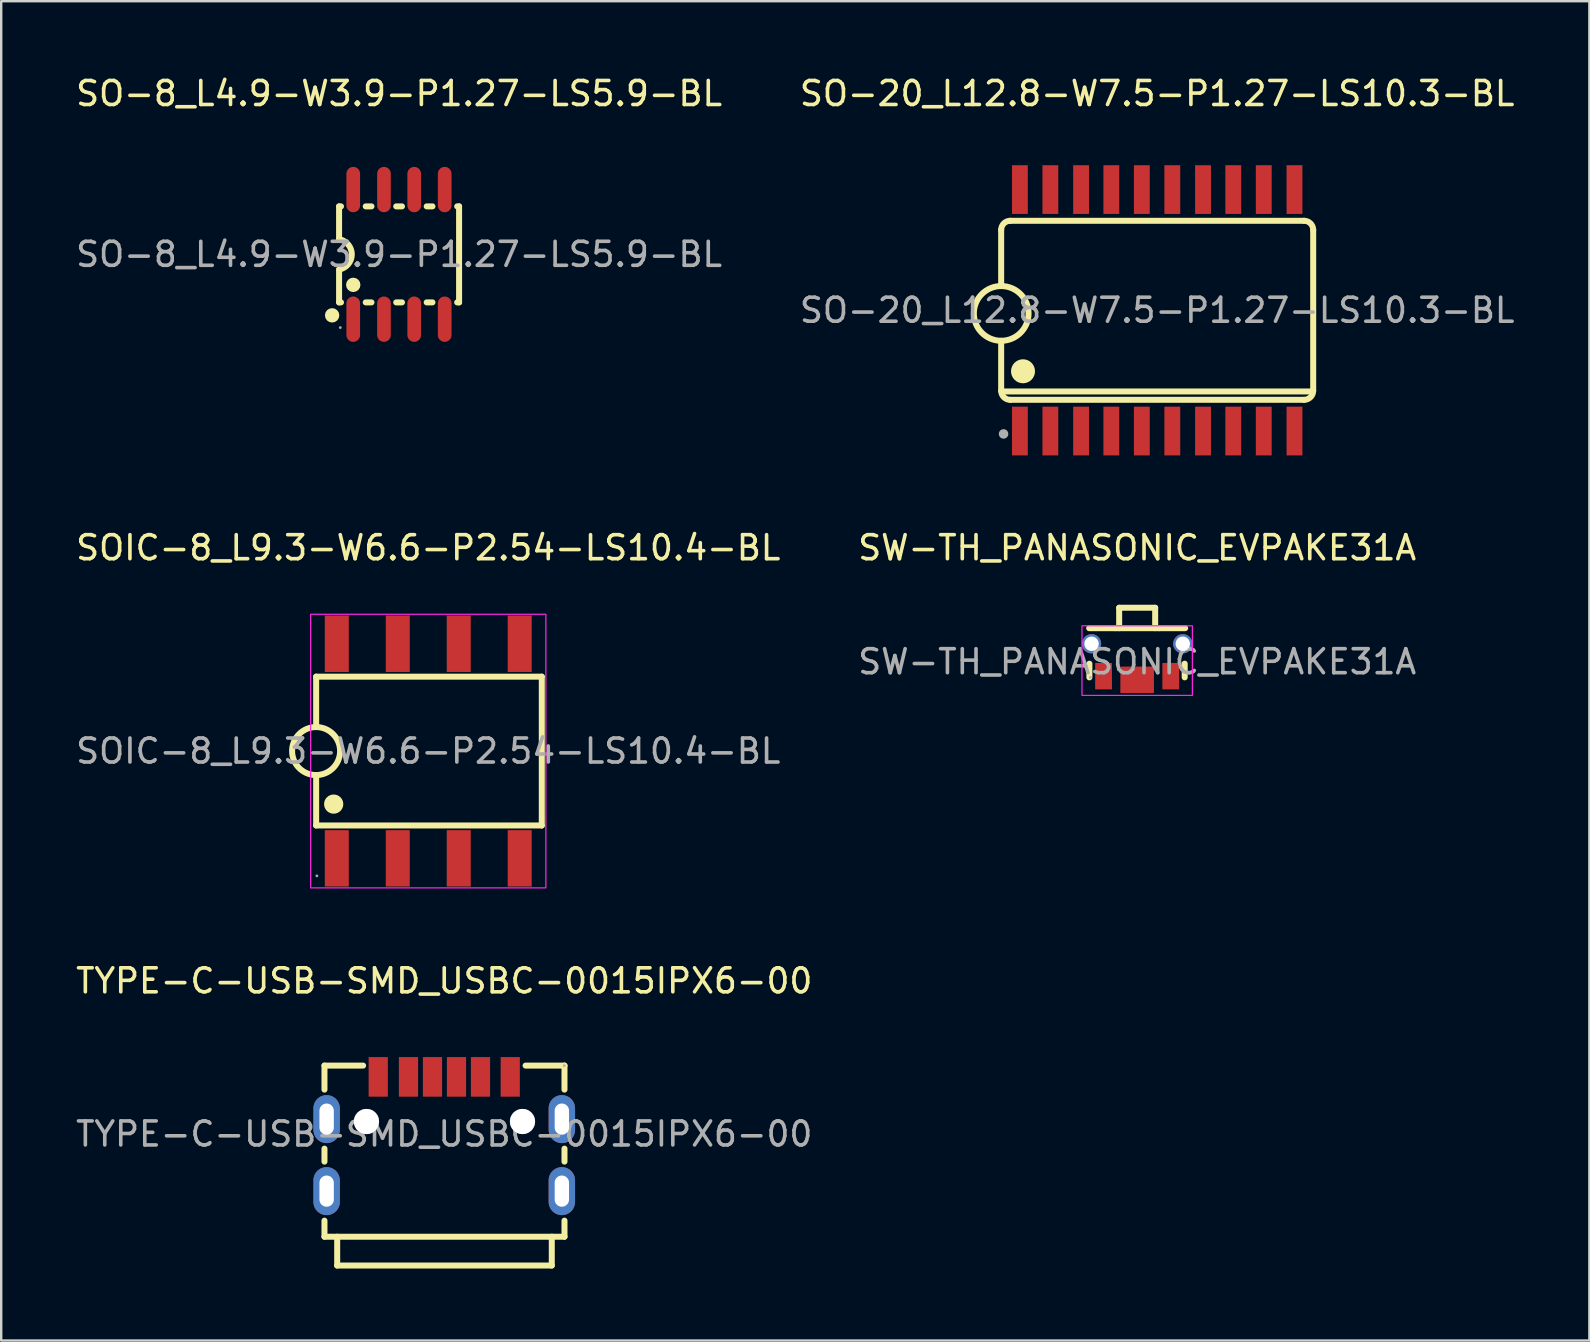
<source format=kicad_pcb>
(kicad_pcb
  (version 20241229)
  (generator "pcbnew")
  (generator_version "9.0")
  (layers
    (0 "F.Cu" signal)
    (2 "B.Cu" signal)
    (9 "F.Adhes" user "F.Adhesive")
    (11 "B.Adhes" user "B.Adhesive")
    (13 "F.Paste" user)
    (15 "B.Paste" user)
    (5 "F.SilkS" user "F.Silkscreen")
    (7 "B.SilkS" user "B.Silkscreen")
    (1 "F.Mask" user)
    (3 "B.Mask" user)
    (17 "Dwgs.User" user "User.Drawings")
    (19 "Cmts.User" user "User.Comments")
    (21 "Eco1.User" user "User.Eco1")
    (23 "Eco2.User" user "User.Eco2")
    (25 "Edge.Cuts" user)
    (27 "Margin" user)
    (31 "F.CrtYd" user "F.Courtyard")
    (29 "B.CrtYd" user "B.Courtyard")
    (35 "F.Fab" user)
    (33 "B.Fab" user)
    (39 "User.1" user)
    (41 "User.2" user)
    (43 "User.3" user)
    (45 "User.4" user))
  (footprint "SO-8_L4.9-W3.9-P1.27-LS5.9-BL"
    (layer "F.Cu")
    (at 13.577 7.548)
    (property "Reference" "SO-8_L4.9-W3.9-P1.27-LS5.9-BL" (at 0 -6.7 0) (layer "F.SilkS") (effects (font (size 1 1) (thickness 0.15))))
    (attr smd)
    (fp_line (start -2.5 -2) (end -2.5 -0.63) (stroke (width 0.25) (type solid)) (layer "F.SilkS"))
    (fp_line (start -2.5 -2) (end -2.42 -2) (stroke (width 0.25) (type solid)) (layer "F.SilkS"))
    (fp_line (start -2.5 2) (end -2.5 0.63) (stroke (width 0.25) (type solid)) (layer "F.SilkS"))
    (fp_line (start -2.5 2) (end -2.42 2) (stroke (width 0.25) (type solid)) (layer "F.SilkS"))
    (fp_line (start -1.39 -2) (end -1.15 -2) (stroke (width 0.25) (type solid)) (layer "F.SilkS"))
    (fp_line (start -1.39 2) (end -1.15 2) (stroke (width 0.25) (type solid)) (layer "F.SilkS"))
    (fp_line (start -0.12 -2) (end 0.12 -2) (stroke (width 0.25) (type solid)) (layer "F.SilkS"))
    (fp_line (start -0.12 2) (end 0.12 2) (stroke (width 0.25) (type solid)) (layer "F.SilkS"))
    (fp_line (start 1.15 -2) (end 1.39 -2) (stroke (width 0.25) (type solid)) (layer "F.SilkS"))
    (fp_line (start 1.15 2) (end 1.39 2) (stroke (width 0.25) (type solid)) (layer "F.SilkS"))
    (fp_line (start 2.42 -2) (end 2.5 -2) (stroke (width 0.25) (type solid)) (layer "F.SilkS"))
    (fp_line (start 2.42 2) (end 2.5 2) (stroke (width 0.25) (type solid)) (layer "F.SilkS"))
    (fp_line (start 2.5 -2) (end 2.5 2) (stroke (width 0.25) (type solid)) (layer "F.SilkS"))
    (fp_arc (start -2.5 -0.63) (mid -1.970474 -0.002632) (end -2.494818 0.629073) (stroke (width 0.25) (type solid)) (layer "F.SilkS"))
    (fp_circle (center -2.79 2.54) (end -2.64 2.54) (stroke (width 0.3) (type solid)) (fill no) (layer "F.SilkS"))
    (fp_circle (center -1.91 1.27) (end -1.76 1.27) (stroke (width 0.3) (type solid)) (fill no) (layer "F.SilkS"))
    (fp_circle (center -2.45 3.05) (end -2.42 3.05) (stroke (width 0.06) (type solid)) (fill no) (layer "F.Fab"))
    (fp_text user "${REFERENCE}" (at 0 0 0) (layer "F.Fab") (effects (font (size 1 1) (thickness 0.15))))
    (pad "1" smd oval (at -1.91 2.7) (size 0.57 1.89) (layers "F.Cu" "F.Mask" "F.Paste"))
    (pad "2" smd oval (at -0.63 2.7) (size 0.57 1.89) (layers "F.Cu" "F.Mask" "F.Paste"))
    (pad "3" smd oval (at 0.63 2.7) (size 0.57 1.89) (layers "F.Cu" "F.Mask" "F.Paste"))
    (pad "4" smd oval (at 1.9 2.7) (size 0.57 1.89) (layers "F.Cu" "F.Mask" "F.Paste"))
    (pad "5" smd oval (at 1.9 -2.7) (size 0.57 1.89) (layers "F.Cu" "F.Mask" "F.Paste"))
    (pad "6" smd oval (at 0.63 -2.7) (size 0.57 1.89) (layers "F.Cu" "F.Mask" "F.Paste"))
    (pad "7" smd oval (at -0.63 -2.7) (size 0.57 1.89) (layers "F.Cu" "F.Mask" "F.Paste"))
    (pad "8" smd oval (at -1.91 -2.7) (size 0.57 1.89) (layers "F.Cu" "F.Mask" "F.Paste")))
  (footprint "SOIC-8_L9.3-W6.6-P2.54-LS10.4-BL"
    (layer "F.Cu")
    (at 14.792 28.241)
    (property "Reference" "SOIC-8_L9.3-W6.6-P2.54-LS10.4-BL" (at 0 -8.47 0) (layer "F.SilkS") (effects (font (size 1 1) (thickness 0.15))))
    (attr smd)
    (fp_line (start -4.67 -3.1) (end 4.73 -3.1) (stroke (width 0.25) (type solid)) (layer "F.SilkS"))
    (fp_line (start -4.67 -1) (end -4.67 -3.1) (stroke (width 0.25) (type solid)) (layer "F.SilkS"))
    (fp_line (start -4.67 3.1) (end -4.67 1) (stroke (width 0.25) (type solid)) (layer "F.SilkS"))
    (fp_line (start 4.73 -3.1) (end 4.73 3.1) (stroke (width 0.25) (type solid)) (layer "F.SilkS"))
    (fp_line (start 4.73 3.1) (end -4.67 3.1) (stroke (width 0.25) (type solid)) (layer "F.SilkS"))
    (fp_arc (start -4.652548 -0.999848) (mid -4.678726 0.999962) (end -4.67 -1) (stroke (width 0.25) (type solid)) (layer "F.SilkS"))
    (fp_arc (start -3.94 2.21) (mid -3.94 2.21) (end -3.94 2.21) (stroke (width 0.4) (type solid)) (layer "F.SilkS"))
    (fp_rect (start -4.9 -5.7) (end 4.9 5.7) (stroke (width 0.05) (type default)) (fill no) (layer "F.CrtYd"))
    (fp_circle (center -4.64 5.2) (end -4.61 5.2) (stroke (width 0.06) (type solid)) (fill no) (layer "F.Fab"))
    (fp_text user "${REFERENCE}" (at 0 0 0) (layer "F.Fab") (effects (font (size 1 1) (thickness 0.15))))
    (pad "1" smd rect (at -3.81 4.47 90) (size 2.35 1) (layers "F.Cu" "F.Mask" "F.Paste"))
    (pad "2" smd rect (at -1.27 4.47 90) (size 2.35 1) (layers "F.Cu" "F.Mask" "F.Paste"))
    (pad "3" smd rect (at 1.27 4.47 90) (size 2.35 1) (layers "F.Cu" "F.Mask" "F.Paste"))
    (pad "4" smd rect (at 3.81 4.47 90) (size 2.35 1) (layers "F.Cu" "F.Mask" "F.Paste"))
    (pad "5" smd rect (at 3.81 -4.47 90) (size 2.35 1) (layers "F.Cu" "F.Mask" "F.Paste"))
    (pad "6" smd rect (at 1.27 -4.47 90) (size 2.35 1) (layers "F.Cu" "F.Mask" "F.Paste"))
    (pad "7" smd rect (at -1.27 -4.47 90) (size 2.35 1) (layers "F.Cu" "F.Mask" "F.Paste"))
    (pad "8" smd rect (at -3.81 -4.47 90) (size 2.35 1) (layers "F.Cu" "F.Mask" "F.Paste")))
  (footprint "SW-TH_PANASONIC_EVPAKE31A"
    (layer "F.Cu")
    (at 44.327 24.521)
    (property "Reference" "SW-TH_PANASONIC_EVPAKE31A" (at 0 -4.75 0) (layer "F.SilkS") (effects (font (size 1 1) (thickness 0.15))))
    (attr through_hole)
    (fp_line (start -1.99 0.65) (end -1.99 0.08) (stroke (width 0.25) (type solid)) (layer "F.SilkS"))
    (fp_line (start -0.92 -1.4) (end -2 -1.4) (stroke (width 0.25) (type solid)) (layer "F.SilkS"))
    (fp_line (start -0.75 -2.25) (end -0.75 -1.4) (stroke (width 0.25) (type solid)) (layer "F.SilkS"))
    (fp_line (start 0.75 -2.25) (end -0.75 -2.25) (stroke (width 0.25) (type solid)) (layer "F.SilkS"))
    (fp_line (start 0.75 -2.25) (end 0.75 -1.4) (stroke (width 0.25) (type solid)) (layer "F.SilkS"))
    (fp_line (start 0.91 -1.4) (end -0.92 -1.4) (stroke (width 0.25) (type solid)) (layer "F.SilkS"))
    (fp_line (start 0.91 -1.4) (end 2 -1.4) (stroke (width 0.25) (type solid)) (layer "F.SilkS"))
    (fp_line (start 1.98 0.65) (end 1.98 0.08) (stroke (width 0.25) (type solid)) (layer "F.SilkS"))
    (fp_rect (start -2.3 -1.5) (end 2.3 1.4) (stroke (width 0.05) (type default)) (fill no) (layer "F.CrtYd"))
    (fp_circle (center -1.95 0.65) (end -1.92 0.65) (stroke (width 0.06) (type solid)) (fill no) (layer "F.Fab"))
    (fp_text user "${REFERENCE}" (at 0 0 0) (layer "F.Fab") (effects (font (size 1 1) (thickness 0.15))))
    (pad "0" smd rect (at 0 0.75) (size 1.4 1.1) (layers "F.Cu" "F.Mask" "F.Paste"))
    (pad "1" smd rect (at -1.4 0.6 180) (size 0.7 1.1) (layers "F.Cu" "F.Mask" "F.Paste"))
    (pad "2" smd rect (at 1.4 0.6 180) (size 0.7 1.1) (layers "F.Cu" "F.Mask" "F.Paste"))
    (pad "3" thru_hole circle (at 1.9 -0.75) (size 0.8 0.8) (drill 0.6) (layers "*.Cu" "*.Mask"))
    (pad "4" thru_hole circle (at -1.9 -0.75) (size 0.8 0.8) (drill 0.6) (layers "*.Cu" "*.Mask")))
  (footprint "TYPE-C-USB-SMD_USBC-0015IPX6-00"
    (layer "F.Cu")
    (at 15.458 44.195)
    (property "Reference" "TYPE-C-USB-SMD_USBC-0015IPX6-00" (at 0 -6.38 0) (layer "F.SilkS") (effects (font (size 1 1) (thickness 0.15))))
    (attr smd)
    (fp_line (start -4.99 -2.85) (end -4.99 -1.85) (stroke (width 0.25) (type solid)) (layer "F.SilkS"))
    (fp_line (start -4.99 -2.85) (end -3.38 -2.85) (stroke (width 0.25) (type solid)) (layer "F.SilkS"))
    (fp_line (start -4.99 0.61) (end -4.99 1.15) (stroke (width 0.25) (type solid)) (layer "F.SilkS"))
    (fp_line (start -4.99 3.61) (end -4.99 4.28) (stroke (width 0.25) (type solid)) (layer "F.SilkS"))
    (fp_line (start -4.99 4.28) (end 5.01 4.28) (stroke (width 0.25) (type solid)) (layer "F.SilkS"))
    (fp_line (start -4.46 5.48) (end -4.46 4.28) (stroke (width 0.25) (type solid)) (layer "F.SilkS"))
    (fp_line (start -4.46 5.48) (end 4.48 5.48) (stroke (width 0.25) (type solid)) (layer "F.SilkS"))
    (fp_line (start 3.39 -2.85) (end 5.01 -2.85) (stroke (width 0.25) (type solid)) (layer "F.SilkS"))
    (fp_line (start 4.48 5.48) (end 4.48 4.28) (stroke (width 0.25) (type solid)) (layer "F.SilkS"))
    (fp_line (start 5.01 -2.85) (end 5.01 -1.85) (stroke (width 0.25) (type solid)) (layer "F.SilkS"))
    (fp_line (start 5.01 0.61) (end 5.01 1.15) (stroke (width 0.25) (type solid)) (layer "F.SilkS"))
    (fp_line (start 5.01 3.61) (end 5.01 4.28) (stroke (width 0.25) (type solid)) (layer "F.SilkS"))
    (fp_circle (center 5 -2.85) (end 5.03 -2.85) (stroke (width 0.06) (type solid)) (fill no) (layer "F.Fab"))
    (fp_text user "${REFERENCE}" (at 0 0 0) (layer "F.Fab") (effects (font (size 1 1) (thickness 0.15))))
    (pad "" thru_hole circle (at -3.24 -0.52) (size 1.05 1.05) (drill 1.05) (layers "*.Cu" "*.Mask"))
    (pad "" thru_hole circle (at 3.26 -0.52) (size 1.05 1.05) (drill 1.05) (layers "*.Cu" "*.Mask"))
    (pad "7" thru_hole oval (at -4.9 -0.62 180) (size 1.1 2) (drill oval 0.6 1.3) (layers "*.Cu" "*.Mask"))
    (pad "7" thru_hole oval (at -4.9 2.38 180) (size 1.1 2) (drill oval 0.6 1.3) (layers "*.Cu" "*.Mask"))
    (pad "7" thru_hole oval (at 4.9 -0.62 180) (size 1.1 2) (drill oval 0.6 1.3) (layers "*.Cu" "*.Mask"))
    (pad "7" thru_hole oval (at 4.9 2.38 180) (size 1.1 2) (drill oval 0.6 1.3) (layers "*.Cu" "*.Mask"))
    (pad "A5" smd rect (at -0.49 -2.38 90) (size 1.65 0.8) (layers "F.Cu" "F.Mask" "F.Paste"))
    (pad "A9" smd rect (at 1.51 -2.38 90) (size 1.65 0.8) (layers "F.Cu" "F.Mask" "F.Paste"))
    (pad "A12" smd rect (at 2.75 -2.38 90) (size 1.65 0.8) (layers "F.Cu" "F.Mask" "F.Paste"))
    (pad "B5" smd rect (at 0.51 -2.38 90) (size 1.65 0.8) (layers "F.Cu" "F.Mask" "F.Paste"))
    (pad "B9" smd rect (at -1.49 -2.38 90) (size 1.65 0.8) (layers "F.Cu" "F.Mask" "F.Paste"))
    (pad "B12" smd rect (at -2.75 -2.38 90) (size 1.65 0.8) (layers "F.Cu" "F.Mask" "F.Paste")))
  (footprint "SO-20_L12.8-W7.5-P1.27-LS10.3-BL"
    (layer "F.Cu")
    (at 45.161 9.878)
    (property "Reference" "SO-20_L12.8-W7.5-P1.27-LS10.3-BL" (at 0 -9.03 0) (layer "F.SilkS") (effects (font (size 1 1) (thickness 0.15))))
    (attr smd)
    (fp_line (start -6.5 -3.35) (end -6.5 -1.02) (stroke (width 0.25) (type solid)) (layer "F.SilkS"))
    (fp_line (start -6.5 3.35) (end -6.5 1.27) (stroke (width 0.25) (type solid)) (layer "F.SilkS"))
    (fp_line (start -6.47 3.38) (end 6.48 3.38) (stroke (width 0.25) (type solid)) (layer "F.SilkS"))
    (fp_line (start -6.12 3.73) (end 6.12 3.73) (stroke (width 0.25) (type solid)) (layer "F.SilkS"))
    (fp_line (start 6.12 -3.73) (end -6.12 -3.73) (stroke (width 0.25) (type solid)) (layer "F.SilkS"))
    (fp_line (start 6.5 3.35) (end 6.5 -3.35) (stroke (width 0.25) (type solid)) (layer "F.SilkS"))
    (fp_arc (start -6.519896 1.269826) (mid -6.490052 -1.009956) (end -6.5 1.27) (stroke (width 0.25) (type solid)) (layer "F.SilkS"))
    (fp_arc (start -6.5 -3.35) (mid -6.388701 -3.618701) (end -6.12 -3.73) (stroke (width 0.25) (type solid)) (layer "F.SilkS"))
    (fp_arc (start -6.12 3.73) (mid -6.388701 3.618701) (end -6.5 3.35) (stroke (width 0.25) (type solid)) (layer "F.SilkS"))
    (fp_arc (start 6.12 -3.73) (mid 6.388701 -3.618701) (end 6.5 -3.35) (stroke (width 0.25) (type solid)) (layer "F.SilkS"))
    (fp_arc (start 6.5 3.35) (mid 6.388701 3.618701) (end 6.12 3.73) (stroke (width 0.25) (type solid)) (layer "F.SilkS"))
    (fp_circle (center -5.59 2.54) (end -5.34 2.54) (stroke (width 0.5) (type solid)) (fill no) (layer "F.SilkS"))
    (fp_circle (center -6.4 5.15) (end -6.3 5.15) (stroke (width 0.2) (type solid)) (fill no) (layer "F.Fab"))
    (fp_text user "${REFERENCE}" (at 0 0 0) (layer "F.Fab") (effects (font (size 1 1) (thickness 0.15))))
    (pad "1" smd rect (at -5.72 5.03) (size 0.66 2.03) (layers "F.Cu" "F.Mask" "F.Paste"))
    (pad "2" smd rect (at -4.45 5.03) (size 0.66 2.03) (layers "F.Cu" "F.Mask" "F.Paste"))
    (pad "3" smd rect (at -3.17 5.03) (size 0.66 2.03) (layers "F.Cu" "F.Mask" "F.Paste"))
    (pad "4" smd rect (at -1.91 5.03) (size 0.66 2.03) (layers "F.Cu" "F.Mask" "F.Paste"))
    (pad "5" smd rect (at -0.64 5.03) (size 0.66 2.03) (layers "F.Cu" "F.Mask" "F.Paste"))
    (pad "6" smd rect (at 0.63 5.03) (size 0.66 2.03) (layers "F.Cu" "F.Mask" "F.Paste"))
    (pad "7" smd rect (at 1.91 5.03) (size 0.66 2.03) (layers "F.Cu" "F.Mask" "F.Paste"))
    (pad "8" smd rect (at 3.17 5.03) (size 0.66 2.03) (layers "F.Cu" "F.Mask" "F.Paste"))
    (pad "9" smd rect (at 4.44 5.03) (size 0.66 2.03) (layers "F.Cu" "F.Mask" "F.Paste"))
    (pad "10" smd rect (at 5.72 5.03) (size 0.66 2.03) (layers "F.Cu" "F.Mask" "F.Paste"))
    (pad "11" smd rect (at 5.72 -5.03) (size 0.66 2.03) (layers "F.Cu" "F.Mask" "F.Paste"))
    (pad "12" smd rect (at 4.44 -5.03) (size 0.66 2.03) (layers "F.Cu" "F.Mask" "F.Paste"))
    (pad "13" smd rect (at 3.17 -5.03) (size 0.66 2.03) (layers "F.Cu" "F.Mask" "F.Paste"))
    (pad "14" smd rect (at 1.91 -5.03) (size 0.66 2.03) (layers "F.Cu" "F.Mask" "F.Paste"))
    (pad "15" smd rect (at 0.63 -5.03) (size 0.66 2.03) (layers "F.Cu" "F.Mask" "F.Paste"))
    (pad "16" smd rect (at -0.64 -5.03) (size 0.66 2.03) (layers "F.Cu" "F.Mask" "F.Paste"))
    (pad "17" smd rect (at -1.91 -5.03) (size 0.66 2.03) (layers "F.Cu" "F.Mask" "F.Paste"))
    (pad "18" smd rect (at -3.17 -5.03) (size 0.66 2.03) (layers "F.Cu" "F.Mask" "F.Paste"))
    (pad "19" smd rect (at -4.45 -5.03) (size 0.66 2.03) (layers "F.Cu" "F.Mask" "F.Paste"))
    (pad "20" smd rect (at -5.72 -5.03) (size 0.66 2.03) (layers "F.Cu" "F.Mask" "F.Paste")))
  (gr_rect
    (start -3 -3)
    (end 63.167 52.8)
    (stroke (width 0.1) (type default))
    (fill no)
    (layer "Edge.Cuts")))
</source>
